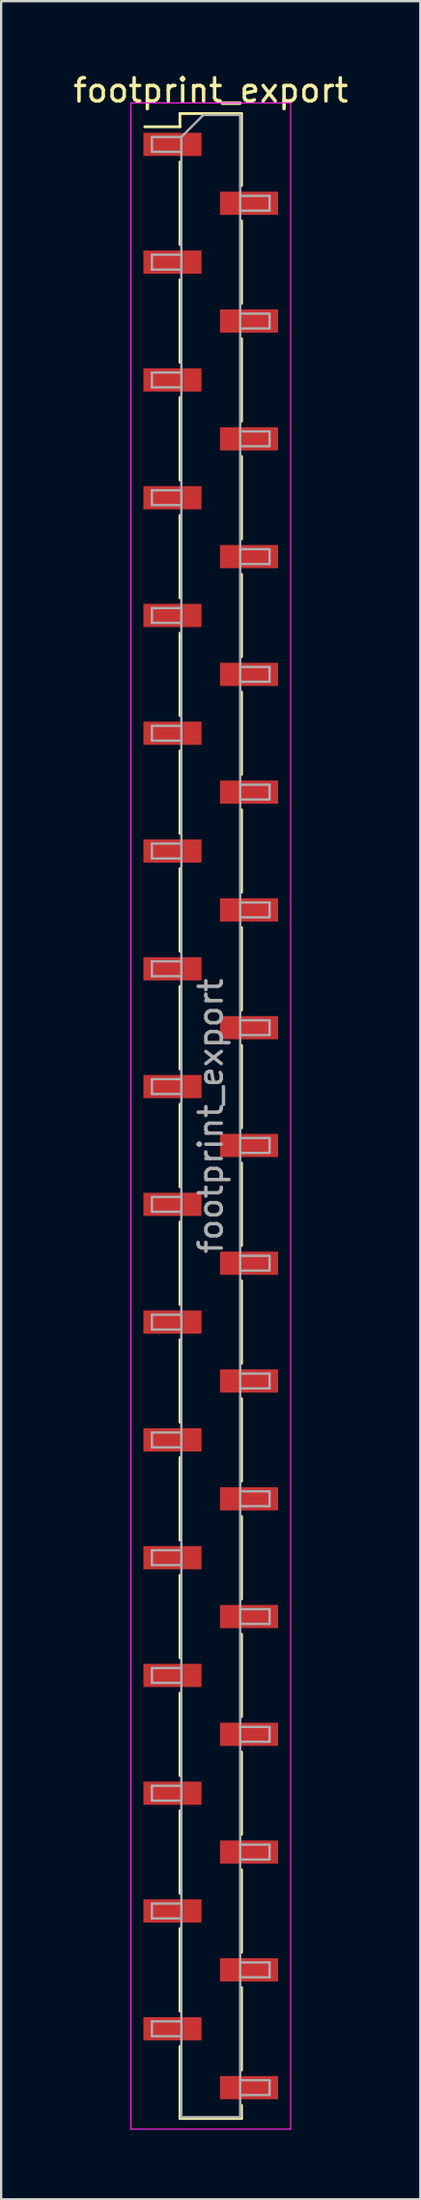
<source format=kicad_pcb>
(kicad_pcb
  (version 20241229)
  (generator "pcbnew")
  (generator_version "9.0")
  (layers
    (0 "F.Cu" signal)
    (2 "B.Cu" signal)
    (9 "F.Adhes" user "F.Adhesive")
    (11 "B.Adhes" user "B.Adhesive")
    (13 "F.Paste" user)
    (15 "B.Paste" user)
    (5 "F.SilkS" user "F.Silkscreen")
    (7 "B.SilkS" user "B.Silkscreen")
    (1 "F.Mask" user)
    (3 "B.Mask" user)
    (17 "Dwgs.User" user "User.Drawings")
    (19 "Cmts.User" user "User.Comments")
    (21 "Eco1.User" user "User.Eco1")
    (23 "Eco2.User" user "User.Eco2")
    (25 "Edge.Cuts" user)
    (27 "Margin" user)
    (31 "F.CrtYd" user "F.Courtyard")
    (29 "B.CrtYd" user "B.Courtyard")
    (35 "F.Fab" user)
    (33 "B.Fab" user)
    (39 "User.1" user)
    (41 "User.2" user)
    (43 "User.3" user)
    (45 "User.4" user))
  (footprint "footprint_export"
    (layer "F.Cu")
    (at 6.054 45.088)
    (property "Reference" "footprint_export" (at 0 -44.24 0) (layer "F.SilkS") (effects (font (size 1 1) (thickness 0.15))))
    (attr smd)
    (fp_line (start -1.33 -43.24) (end -1.33 -42.67) (stroke (width 0.12) (type solid)) (layer "F.SilkS"))
    (fp_line (start -1.33 -43.24) (end 1.33 -43.24) (stroke (width 0.12) (type solid)) (layer "F.SilkS"))
    (fp_line (start -1.33 -42.67) (end -2.85 -42.67) (stroke (width 0.12) (type solid)) (layer "F.SilkS"))
    (fp_line (start -1.33 -41.15) (end -1.33 -37.59) (stroke (width 0.12) (type solid)) (layer "F.SilkS"))
    (fp_line (start -1.33 -36.07) (end -1.33 -32.51) (stroke (width 0.12) (type solid)) (layer "F.SilkS"))
    (fp_line (start -1.33 -30.99) (end -1.33 -27.43) (stroke (width 0.12) (type solid)) (layer "F.SilkS"))
    (fp_line (start -1.33 -25.91) (end -1.33 -22.35) (stroke (width 0.12) (type solid)) (layer "F.SilkS"))
    (fp_line (start -1.33 -20.83) (end -1.33 -17.27) (stroke (width 0.12) (type solid)) (layer "F.SilkS"))
    (fp_line (start -1.33 -15.75) (end -1.33 -12.19) (stroke (width 0.12) (type solid)) (layer "F.SilkS"))
    (fp_line (start -1.33 -10.67) (end -1.33 -7.11) (stroke (width 0.12) (type solid)) (layer "F.SilkS"))
    (fp_line (start -1.33 -5.59) (end -1.33 -2.03) (stroke (width 0.12) (type solid)) (layer "F.SilkS"))
    (fp_line (start -1.33 -0.51) (end -1.33 3.05) (stroke (width 0.12) (type solid)) (layer "F.SilkS"))
    (fp_line (start -1.33 4.57) (end -1.33 8.13) (stroke (width 0.12) (type solid)) (layer "F.SilkS"))
    (fp_line (start -1.33 9.65) (end -1.33 13.21) (stroke (width 0.12) (type solid)) (layer "F.SilkS"))
    (fp_line (start -1.33 14.73) (end -1.33 18.29) (stroke (width 0.12) (type solid)) (layer "F.SilkS"))
    (fp_line (start -1.33 19.81) (end -1.33 23.37) (stroke (width 0.12) (type solid)) (layer "F.SilkS"))
    (fp_line (start -1.33 24.89) (end -1.33 28.45) (stroke (width 0.12) (type solid)) (layer "F.SilkS"))
    (fp_line (start -1.33 29.97) (end -1.33 33.53) (stroke (width 0.12) (type solid)) (layer "F.SilkS"))
    (fp_line (start -1.33 35.05) (end -1.33 38.61) (stroke (width 0.12) (type solid)) (layer "F.SilkS"))
    (fp_line (start -1.33 40.13) (end -1.33 43.24) (stroke (width 0.12) (type solid)) (layer "F.SilkS"))
    (fp_line (start -1.33 43.24) (end 1.33 43.24) (stroke (width 0.12) (type solid)) (layer "F.SilkS"))
    (fp_line (start 1.33 -43.24) (end 1.33 -40.13) (stroke (width 0.12) (type solid)) (layer "F.SilkS"))
    (fp_line (start 1.33 -38.61) (end 1.33 -35.05) (stroke (width 0.12) (type solid)) (layer "F.SilkS"))
    (fp_line (start 1.33 -33.53) (end 1.33 -29.97) (stroke (width 0.12) (type solid)) (layer "F.SilkS"))
    (fp_line (start 1.33 -28.45) (end 1.33 -24.89) (stroke (width 0.12) (type solid)) (layer "F.SilkS"))
    (fp_line (start 1.33 -23.37) (end 1.33 -19.81) (stroke (width 0.12) (type solid)) (layer "F.SilkS"))
    (fp_line (start 1.33 -18.29) (end 1.33 -14.73) (stroke (width 0.12) (type solid)) (layer "F.SilkS"))
    (fp_line (start 1.33 -13.21) (end 1.33 -9.65) (stroke (width 0.12) (type solid)) (layer "F.SilkS"))
    (fp_line (start 1.33 -8.13) (end 1.33 -4.57) (stroke (width 0.12) (type solid)) (layer "F.SilkS"))
    (fp_line (start 1.33 -3.05) (end 1.33 0.51) (stroke (width 0.12) (type solid)) (layer "F.SilkS"))
    (fp_line (start 1.33 2.03) (end 1.33 5.59) (stroke (width 0.12) (type solid)) (layer "F.SilkS"))
    (fp_line (start 1.33 7.11) (end 1.33 10.67) (stroke (width 0.12) (type solid)) (layer "F.SilkS"))
    (fp_line (start 1.33 12.19) (end 1.33 15.75) (stroke (width 0.12) (type solid)) (layer "F.SilkS"))
    (fp_line (start 1.33 17.27) (end 1.33 20.83) (stroke (width 0.12) (type solid)) (layer "F.SilkS"))
    (fp_line (start 1.33 22.35) (end 1.33 25.91) (stroke (width 0.12) (type solid)) (layer "F.SilkS"))
    (fp_line (start 1.33 27.43) (end 1.33 30.99) (stroke (width 0.12) (type solid)) (layer "F.SilkS"))
    (fp_line (start 1.33 32.51) (end 1.33 36.07) (stroke (width 0.12) (type solid)) (layer "F.SilkS"))
    (fp_line (start 1.33 37.59) (end 1.33 41.15) (stroke (width 0.12) (type solid)) (layer "F.SilkS"))
    (fp_line (start 1.33 42.67) (end 1.33 43.24) (stroke (width 0.12) (type solid)) (layer "F.SilkS"))
    (fp_line (start -3.45 -43.7) (end -3.45 43.7) (stroke (width 0.05) (type solid)) (layer "F.CrtYd"))
    (fp_line (start -3.45 43.7) (end 3.45 43.7) (stroke (width 0.05) (type solid)) (layer "F.CrtYd"))
    (fp_line (start 3.45 -43.7) (end -3.45 -43.7) (stroke (width 0.05) (type solid)) (layer "F.CrtYd"))
    (fp_line (start 3.45 43.7) (end 3.45 -43.7) (stroke (width 0.05) (type solid)) (layer "F.CrtYd"))
    (fp_line (start -2.54 -42.23) (end -2.54 -41.59) (stroke (width 0.1) (type solid)) (layer "F.Fab"))
    (fp_line (start -2.54 -41.59) (end -1.27 -41.59) (stroke (width 0.1) (type solid)) (layer "F.Fab"))
    (fp_line (start -2.54 -37.15) (end -2.54 -36.51) (stroke (width 0.1) (type solid)) (layer "F.Fab"))
    (fp_line (start -2.54 -36.51) (end -1.27 -36.51) (stroke (width 0.1) (type solid)) (layer "F.Fab"))
    (fp_line (start -2.54 -32.07) (end -2.54 -31.43) (stroke (width 0.1) (type solid)) (layer "F.Fab"))
    (fp_line (start -2.54 -31.43) (end -1.27 -31.43) (stroke (width 0.1) (type solid)) (layer "F.Fab"))
    (fp_line (start -2.54 -26.99) (end -2.54 -26.35) (stroke (width 0.1) (type solid)) (layer "F.Fab"))
    (fp_line (start -2.54 -26.35) (end -1.27 -26.35) (stroke (width 0.1) (type solid)) (layer "F.Fab"))
    (fp_line (start -2.54 -21.91) (end -2.54 -21.27) (stroke (width 0.1) (type solid)) (layer "F.Fab"))
    (fp_line (start -2.54 -21.27) (end -1.27 -21.27) (stroke (width 0.1) (type solid)) (layer "F.Fab"))
    (fp_line (start -2.54 -16.83) (end -2.54 -16.19) (stroke (width 0.1) (type solid)) (layer "F.Fab"))
    (fp_line (start -2.54 -16.19) (end -1.27 -16.19) (stroke (width 0.1) (type solid)) (layer "F.Fab"))
    (fp_line (start -2.54 -11.75) (end -2.54 -11.11) (stroke (width 0.1) (type solid)) (layer "F.Fab"))
    (fp_line (start -2.54 -11.11) (end -1.27 -11.11) (stroke (width 0.1) (type solid)) (layer "F.Fab"))
    (fp_line (start -2.54 -6.67) (end -2.54 -6.03) (stroke (width 0.1) (type solid)) (layer "F.Fab"))
    (fp_line (start -2.54 -6.03) (end -1.27 -6.03) (stroke (width 0.1) (type solid)) (layer "F.Fab"))
    (fp_line (start -2.54 -1.59) (end -2.54 -0.95) (stroke (width 0.1) (type solid)) (layer "F.Fab"))
    (fp_line (start -2.54 -0.95) (end -1.27 -0.95) (stroke (width 0.1) (type solid)) (layer "F.Fab"))
    (fp_line (start -2.54 3.49) (end -2.54 4.13) (stroke (width 0.1) (type solid)) (layer "F.Fab"))
    (fp_line (start -2.54 4.13) (end -1.27 4.13) (stroke (width 0.1) (type solid)) (layer "F.Fab"))
    (fp_line (start -2.54 8.57) (end -2.54 9.21) (stroke (width 0.1) (type solid)) (layer "F.Fab"))
    (fp_line (start -2.54 9.21) (end -1.27 9.21) (stroke (width 0.1) (type solid)) (layer "F.Fab"))
    (fp_line (start -2.54 13.65) (end -2.54 14.29) (stroke (width 0.1) (type solid)) (layer "F.Fab"))
    (fp_line (start -2.54 14.29) (end -1.27 14.29) (stroke (width 0.1) (type solid)) (layer "F.Fab"))
    (fp_line (start -2.54 18.73) (end -2.54 19.37) (stroke (width 0.1) (type solid)) (layer "F.Fab"))
    (fp_line (start -2.54 19.37) (end -1.27 19.37) (stroke (width 0.1) (type solid)) (layer "F.Fab"))
    (fp_line (start -2.54 23.81) (end -2.54 24.45) (stroke (width 0.1) (type solid)) (layer "F.Fab"))
    (fp_line (start -2.54 24.45) (end -1.27 24.45) (stroke (width 0.1) (type solid)) (layer "F.Fab"))
    (fp_line (start -2.54 28.89) (end -2.54 29.53) (stroke (width 0.1) (type solid)) (layer "F.Fab"))
    (fp_line (start -2.54 29.53) (end -1.27 29.53) (stroke (width 0.1) (type solid)) (layer "F.Fab"))
    (fp_line (start -2.54 33.97) (end -2.54 34.61) (stroke (width 0.1) (type solid)) (layer "F.Fab"))
    (fp_line (start -2.54 34.61) (end -1.27 34.61) (stroke (width 0.1) (type solid)) (layer "F.Fab"))
    (fp_line (start -2.54 39.05) (end -2.54 39.69) (stroke (width 0.1) (type solid)) (layer "F.Fab"))
    (fp_line (start -2.54 39.69) (end -1.27 39.69) (stroke (width 0.1) (type solid)) (layer "F.Fab"))
    (fp_line (start -1.27 -42.23) (end -2.54 -42.23) (stroke (width 0.1) (type solid)) (layer "F.Fab"))
    (fp_line (start -1.27 -42.23) (end -0.32 -43.18) (stroke (width 0.1) (type solid)) (layer "F.Fab"))
    (fp_line (start -1.27 -37.15) (end -2.54 -37.15) (stroke (width 0.1) (type solid)) (layer "F.Fab"))
    (fp_line (start -1.27 -32.07) (end -2.54 -32.07) (stroke (width 0.1) (type solid)) (layer "F.Fab"))
    (fp_line (start -1.27 -26.99) (end -2.54 -26.99) (stroke (width 0.1) (type solid)) (layer "F.Fab"))
    (fp_line (start -1.27 -21.91) (end -2.54 -21.91) (stroke (width 0.1) (type solid)) (layer "F.Fab"))
    (fp_line (start -1.27 -16.83) (end -2.54 -16.83) (stroke (width 0.1) (type solid)) (layer "F.Fab"))
    (fp_line (start -1.27 -11.75) (end -2.54 -11.75) (stroke (width 0.1) (type solid)) (layer "F.Fab"))
    (fp_line (start -1.27 -6.67) (end -2.54 -6.67) (stroke (width 0.1) (type solid)) (layer "F.Fab"))
    (fp_line (start -1.27 -1.59) (end -2.54 -1.59) (stroke (width 0.1) (type solid)) (layer "F.Fab"))
    (fp_line (start -1.27 3.49) (end -2.54 3.49) (stroke (width 0.1) (type solid)) (layer "F.Fab"))
    (fp_line (start -1.27 8.57) (end -2.54 8.57) (stroke (width 0.1) (type solid)) (layer "F.Fab"))
    (fp_line (start -1.27 13.65) (end -2.54 13.65) (stroke (width 0.1) (type solid)) (layer "F.Fab"))
    (fp_line (start -1.27 18.73) (end -2.54 18.73) (stroke (width 0.1) (type solid)) (layer "F.Fab"))
    (fp_line (start -1.27 23.81) (end -2.54 23.81) (stroke (width 0.1) (type solid)) (layer "F.Fab"))
    (fp_line (start -1.27 28.89) (end -2.54 28.89) (stroke (width 0.1) (type solid)) (layer "F.Fab"))
    (fp_line (start -1.27 33.97) (end -2.54 33.97) (stroke (width 0.1) (type solid)) (layer "F.Fab"))
    (fp_line (start -1.27 39.05) (end -2.54 39.05) (stroke (width 0.1) (type solid)) (layer "F.Fab"))
    (fp_line (start -1.27 43.18) (end -1.27 -42.23) (stroke (width 0.1) (type solid)) (layer "F.Fab"))
    (fp_line (start -0.32 -43.18) (end 1.27 -43.18) (stroke (width 0.1) (type solid)) (layer "F.Fab"))
    (fp_line (start 1.27 -43.18) (end 1.27 43.18) (stroke (width 0.1) (type solid)) (layer "F.Fab"))
    (fp_line (start 1.27 -39.69) (end 2.54 -39.69) (stroke (width 0.1) (type solid)) (layer "F.Fab"))
    (fp_line (start 1.27 -34.61) (end 2.54 -34.61) (stroke (width 0.1) (type solid)) (layer "F.Fab"))
    (fp_line (start 1.27 -29.53) (end 2.54 -29.53) (stroke (width 0.1) (type solid)) (layer "F.Fab"))
    (fp_line (start 1.27 -24.45) (end 2.54 -24.45) (stroke (width 0.1) (type solid)) (layer "F.Fab"))
    (fp_line (start 1.27 -19.37) (end 2.54 -19.37) (stroke (width 0.1) (type solid)) (layer "F.Fab"))
    (fp_line (start 1.27 -14.29) (end 2.54 -14.29) (stroke (width 0.1) (type solid)) (layer "F.Fab"))
    (fp_line (start 1.27 -9.21) (end 2.54 -9.21) (stroke (width 0.1) (type solid)) (layer "F.Fab"))
    (fp_line (start 1.27 -4.13) (end 2.54 -4.13) (stroke (width 0.1) (type solid)) (layer "F.Fab"))
    (fp_line (start 1.27 0.95) (end 2.54 0.95) (stroke (width 0.1) (type solid)) (layer "F.Fab"))
    (fp_line (start 1.27 6.03) (end 2.54 6.03) (stroke (width 0.1) (type solid)) (layer "F.Fab"))
    (fp_line (start 1.27 11.11) (end 2.54 11.11) (stroke (width 0.1) (type solid)) (layer "F.Fab"))
    (fp_line (start 1.27 16.19) (end 2.54 16.19) (stroke (width 0.1) (type solid)) (layer "F.Fab"))
    (fp_line (start 1.27 21.27) (end 2.54 21.27) (stroke (width 0.1) (type solid)) (layer "F.Fab"))
    (fp_line (start 1.27 26.35) (end 2.54 26.35) (stroke (width 0.1) (type solid)) (layer "F.Fab"))
    (fp_line (start 1.27 31.43) (end 2.54 31.43) (stroke (width 0.1) (type solid)) (layer "F.Fab"))
    (fp_line (start 1.27 36.51) (end 2.54 36.51) (stroke (width 0.1) (type solid)) (layer "F.Fab"))
    (fp_line (start 1.27 41.59) (end 2.54 41.59) (stroke (width 0.1) (type solid)) (layer "F.Fab"))
    (fp_line (start 1.27 43.18) (end -1.27 43.18) (stroke (width 0.1) (type solid)) (layer "F.Fab"))
    (fp_line (start 2.54 -39.69) (end 2.54 -39.05) (stroke (width 0.1) (type solid)) (layer "F.Fab"))
    (fp_line (start 2.54 -39.05) (end 1.27 -39.05) (stroke (width 0.1) (type solid)) (layer "F.Fab"))
    (fp_line (start 2.54 -34.61) (end 2.54 -33.97) (stroke (width 0.1) (type solid)) (layer "F.Fab"))
    (fp_line (start 2.54 -33.97) (end 1.27 -33.97) (stroke (width 0.1) (type solid)) (layer "F.Fab"))
    (fp_line (start 2.54 -29.53) (end 2.54 -28.89) (stroke (width 0.1) (type solid)) (layer "F.Fab"))
    (fp_line (start 2.54 -28.89) (end 1.27 -28.89) (stroke (width 0.1) (type solid)) (layer "F.Fab"))
    (fp_line (start 2.54 -24.45) (end 2.54 -23.81) (stroke (width 0.1) (type solid)) (layer "F.Fab"))
    (fp_line (start 2.54 -23.81) (end 1.27 -23.81) (stroke (width 0.1) (type solid)) (layer "F.Fab"))
    (fp_line (start 2.54 -19.37) (end 2.54 -18.73) (stroke (width 0.1) (type solid)) (layer "F.Fab"))
    (fp_line (start 2.54 -18.73) (end 1.27 -18.73) (stroke (width 0.1) (type solid)) (layer "F.Fab"))
    (fp_line (start 2.54 -14.29) (end 2.54 -13.65) (stroke (width 0.1) (type solid)) (layer "F.Fab"))
    (fp_line (start 2.54 -13.65) (end 1.27 -13.65) (stroke (width 0.1) (type solid)) (layer "F.Fab"))
    (fp_line (start 2.54 -9.21) (end 2.54 -8.57) (stroke (width 0.1) (type solid)) (layer "F.Fab"))
    (fp_line (start 2.54 -8.57) (end 1.27 -8.57) (stroke (width 0.1) (type solid)) (layer "F.Fab"))
    (fp_line (start 2.54 -4.13) (end 2.54 -3.49) (stroke (width 0.1) (type solid)) (layer "F.Fab"))
    (fp_line (start 2.54 -3.49) (end 1.27 -3.49) (stroke (width 0.1) (type solid)) (layer "F.Fab"))
    (fp_line (start 2.54 0.95) (end 2.54 1.59) (stroke (width 0.1) (type solid)) (layer "F.Fab"))
    (fp_line (start 2.54 1.59) (end 1.27 1.59) (stroke (width 0.1) (type solid)) (layer "F.Fab"))
    (fp_line (start 2.54 6.03) (end 2.54 6.67) (stroke (width 0.1) (type solid)) (layer "F.Fab"))
    (fp_line (start 2.54 6.67) (end 1.27 6.67) (stroke (width 0.1) (type solid)) (layer "F.Fab"))
    (fp_line (start 2.54 11.11) (end 2.54 11.75) (stroke (width 0.1) (type solid)) (layer "F.Fab"))
    (fp_line (start 2.54 11.75) (end 1.27 11.75) (stroke (width 0.1) (type solid)) (layer "F.Fab"))
    (fp_line (start 2.54 16.19) (end 2.54 16.83) (stroke (width 0.1) (type solid)) (layer "F.Fab"))
    (fp_line (start 2.54 16.83) (end 1.27 16.83) (stroke (width 0.1) (type solid)) (layer "F.Fab"))
    (fp_line (start 2.54 21.27) (end 2.54 21.91) (stroke (width 0.1) (type solid)) (layer "F.Fab"))
    (fp_line (start 2.54 21.91) (end 1.27 21.91) (stroke (width 0.1) (type solid)) (layer "F.Fab"))
    (fp_line (start 2.54 26.35) (end 2.54 26.99) (stroke (width 0.1) (type solid)) (layer "F.Fab"))
    (fp_line (start 2.54 26.99) (end 1.27 26.99) (stroke (width 0.1) (type solid)) (layer "F.Fab"))
    (fp_line (start 2.54 31.43) (end 2.54 32.07) (stroke (width 0.1) (type solid)) (layer "F.Fab"))
    (fp_line (start 2.54 32.07) (end 1.27 32.07) (stroke (width 0.1) (type solid)) (layer "F.Fab"))
    (fp_line (start 2.54 36.51) (end 2.54 37.15) (stroke (width 0.1) (type solid)) (layer "F.Fab"))
    (fp_line (start 2.54 37.15) (end 1.27 37.15) (stroke (width 0.1) (type solid)) (layer "F.Fab"))
    (fp_line (start 2.54 41.59) (end 2.54 42.23) (stroke (width 0.1) (type solid)) (layer "F.Fab"))
    (fp_line (start 2.54 42.23) (end 1.27 42.23) (stroke (width 0.1) (type solid)) (layer "F.Fab"))
    (fp_text user "${REFERENCE}" (at 0 0 90) (layer "F.Fab") (effects (font (size 1 1) (thickness 0.15))))
    (pad "1" smd rect (at -1.655 -41.91) (size 2.51 1) (layers "F.Cu" "F.Mask" "F.Paste"))
    (pad "2" smd rect (at 1.655 -39.37) (size 2.51 1) (layers "F.Cu" "F.Mask" "F.Paste"))
    (pad "3" smd rect (at -1.655 -36.83) (size 2.51 1) (layers "F.Cu" "F.Mask" "F.Paste"))
    (pad "4" smd rect (at 1.655 -34.29) (size 2.51 1) (layers "F.Cu" "F.Mask" "F.Paste"))
    (pad "5" smd rect (at -1.655 -31.75) (size 2.51 1) (layers "F.Cu" "F.Mask" "F.Paste"))
    (pad "6" smd rect (at 1.655 -29.21) (size 2.51 1) (layers "F.Cu" "F.Mask" "F.Paste"))
    (pad "7" smd rect (at -1.655 -26.67) (size 2.51 1) (layers "F.Cu" "F.Mask" "F.Paste"))
    (pad "8" smd rect (at 1.655 -24.13) (size 2.51 1) (layers "F.Cu" "F.Mask" "F.Paste"))
    (pad "9" smd rect (at -1.655 -21.59) (size 2.51 1) (layers "F.Cu" "F.Mask" "F.Paste"))
    (pad "10" smd rect (at 1.655 -19.05) (size 2.51 1) (layers "F.Cu" "F.Mask" "F.Paste"))
    (pad "11" smd rect (at -1.655 -16.51) (size 2.51 1) (layers "F.Cu" "F.Mask" "F.Paste"))
    (pad "12" smd rect (at 1.655 -13.97) (size 2.51 1) (layers "F.Cu" "F.Mask" "F.Paste"))
    (pad "13" smd rect (at -1.655 -11.43) (size 2.51 1) (layers "F.Cu" "F.Mask" "F.Paste"))
    (pad "14" smd rect (at 1.655 -8.89) (size 2.51 1) (layers "F.Cu" "F.Mask" "F.Paste"))
    (pad "15" smd rect (at -1.655 -6.35) (size 2.51 1) (layers "F.Cu" "F.Mask" "F.Paste"))
    (pad "16" smd rect (at 1.655 -3.81) (size 2.51 1) (layers "F.Cu" "F.Mask" "F.Paste"))
    (pad "17" smd rect (at -1.655 -1.27) (size 2.51 1) (layers "F.Cu" "F.Mask" "F.Paste"))
    (pad "18" smd rect (at 1.655 1.27) (size 2.51 1) (layers "F.Cu" "F.Mask" "F.Paste"))
    (pad "19" smd rect (at -1.655 3.81) (size 2.51 1) (layers "F.Cu" "F.Mask" "F.Paste"))
    (pad "20" smd rect (at 1.655 6.35) (size 2.51 1) (layers "F.Cu" "F.Mask" "F.Paste"))
    (pad "21" smd rect (at -1.655 8.89) (size 2.51 1) (layers "F.Cu" "F.Mask" "F.Paste"))
    (pad "22" smd rect (at 1.655 11.43) (size 2.51 1) (layers "F.Cu" "F.Mask" "F.Paste"))
    (pad "23" smd rect (at -1.655 13.97) (size 2.51 1) (layers "F.Cu" "F.Mask" "F.Paste"))
    (pad "24" smd rect (at 1.655 16.51) (size 2.51 1) (layers "F.Cu" "F.Mask" "F.Paste"))
    (pad "25" smd rect (at -1.655 19.05) (size 2.51 1) (layers "F.Cu" "F.Mask" "F.Paste"))
    (pad "26" smd rect (at 1.655 21.59) (size 2.51 1) (layers "F.Cu" "F.Mask" "F.Paste"))
    (pad "27" smd rect (at -1.655 24.13) (size 2.51 1) (layers "F.Cu" "F.Mask" "F.Paste"))
    (pad "28" smd rect (at 1.655 26.67) (size 2.51 1) (layers "F.Cu" "F.Mask" "F.Paste"))
    (pad "29" smd rect (at -1.655 29.21) (size 2.51 1) (layers "F.Cu" "F.Mask" "F.Paste"))
    (pad "30" smd rect (at 1.655 31.75) (size 2.51 1) (layers "F.Cu" "F.Mask" "F.Paste"))
    (pad "31" smd rect (at -1.655 34.29) (size 2.51 1) (layers "F.Cu" "F.Mask" "F.Paste"))
    (pad "32" smd rect (at 1.655 36.83) (size 2.51 1) (layers "F.Cu" "F.Mask" "F.Paste"))
    (pad "33" smd rect (at -1.655 39.37) (size 2.51 1) (layers "F.Cu" "F.Mask" "F.Paste"))
    (pad "34" smd rect (at 1.655 41.91) (size 2.51 1) (layers "F.Cu" "F.Mask" "F.Paste")))
  (gr_rect
    (start -3 -3)
    (end 15.107 91.813)
    (stroke (width 0.1) (type default))
    (fill no)
    (layer "Edge.Cuts")))
</source>
